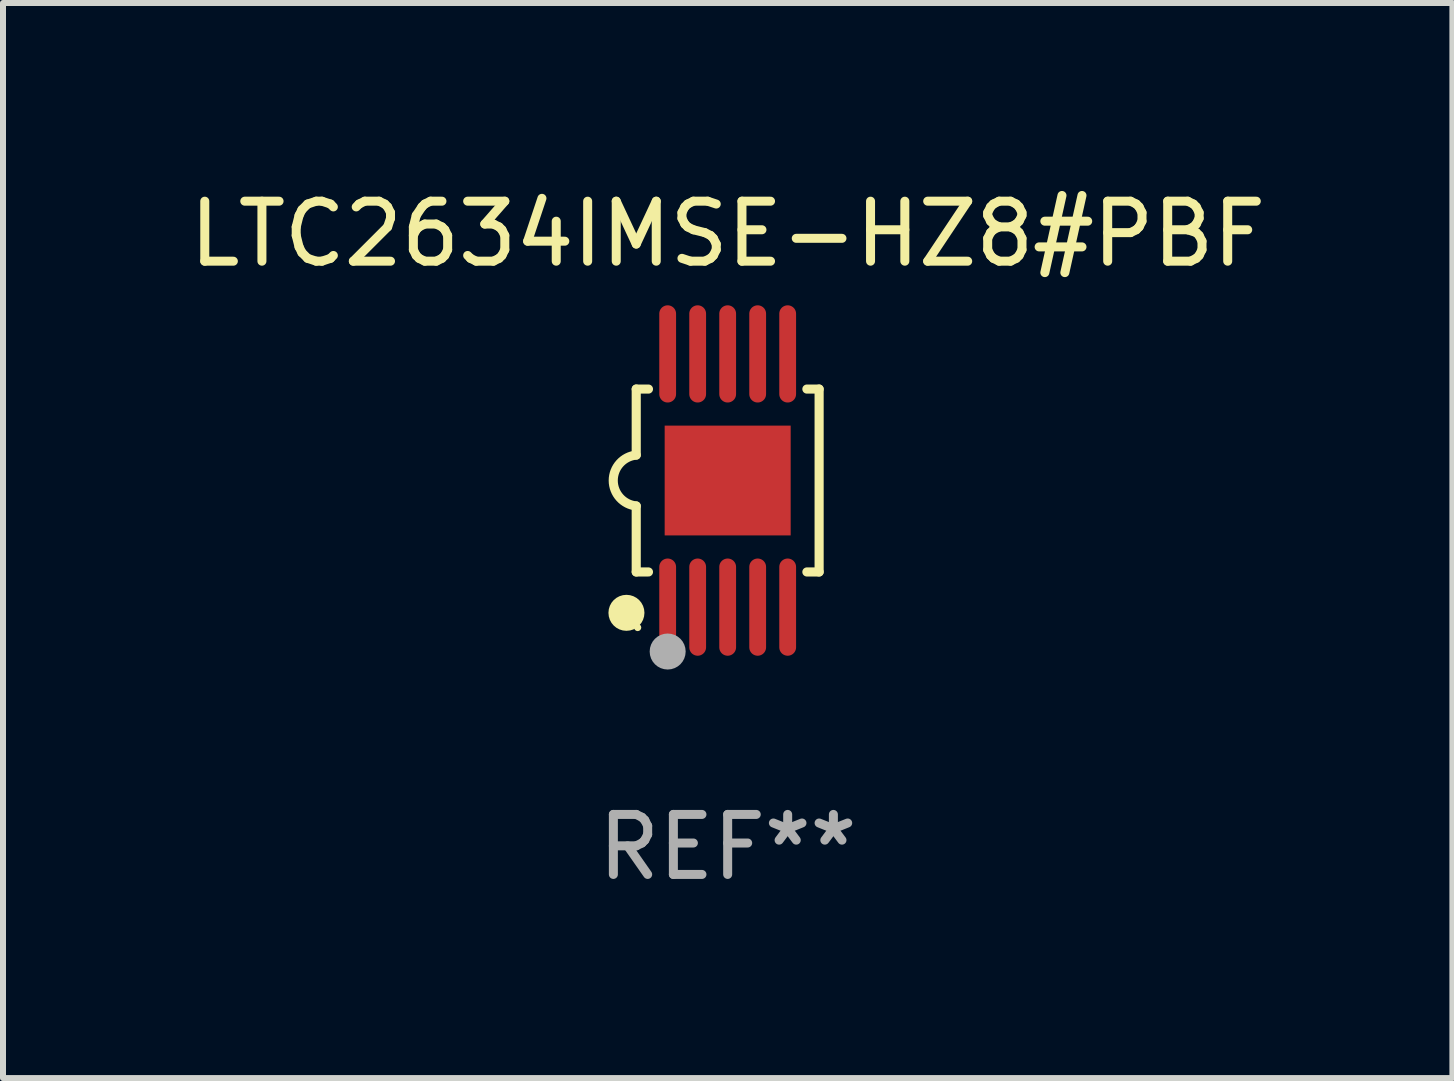
<source format=kicad_pcb>
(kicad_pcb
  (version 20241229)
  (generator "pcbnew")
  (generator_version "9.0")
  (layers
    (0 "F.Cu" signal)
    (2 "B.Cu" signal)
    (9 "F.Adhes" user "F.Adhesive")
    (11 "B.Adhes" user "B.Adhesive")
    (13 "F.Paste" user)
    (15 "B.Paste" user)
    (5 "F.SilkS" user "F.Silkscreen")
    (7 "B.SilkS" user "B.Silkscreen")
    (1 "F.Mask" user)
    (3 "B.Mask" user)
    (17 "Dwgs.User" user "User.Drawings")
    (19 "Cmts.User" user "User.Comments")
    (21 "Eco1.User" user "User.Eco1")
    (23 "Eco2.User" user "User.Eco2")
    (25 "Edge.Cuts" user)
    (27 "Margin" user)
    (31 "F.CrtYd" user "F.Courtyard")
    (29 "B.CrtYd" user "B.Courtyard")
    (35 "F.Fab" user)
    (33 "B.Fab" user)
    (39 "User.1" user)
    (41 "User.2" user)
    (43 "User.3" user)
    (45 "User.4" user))
  (footprint "LTC2634IMSE-HZ8#PBF"
    (layer "F.Cu")
    (at 9.077 4.958)
    (property "Reference" "LTC2634IMSE-HZ8#PBF" (at 0 -4.11 0) (layer "F.SilkS") (effects (font (size 1 1) (thickness 0.15))))
    (attr through_hole)
    (fp_line (start -1.524 -1.524) (end -1.524 -0.424) (stroke (width 0.152) (type solid)) (layer "F.SilkS"))
    (fp_line (start -1.524 1.524) (end -1.524 0.424) (stroke (width 0.152) (type solid)) (layer "F.SilkS"))
    (fp_line (start -1.524 1.524) (end -1.32 1.524) (stroke (width 0.152) (type solid)) (layer "F.SilkS"))
    (fp_line (start -1.32 -1.524) (end -1.524 -1.524) (stroke (width 0.152) (type solid)) (layer "F.SilkS"))
    (fp_line (start 1.32 1.524) (end 1.524 1.524) (stroke (width 0.152) (type solid)) (layer "F.SilkS"))
    (fp_line (start 1.524 -1.524) (end 1.32 -1.524) (stroke (width 0.152) (type solid)) (layer "F.SilkS"))
    (fp_line (start 1.524 1.524) (end 1.524 -1.524) (stroke (width 0.152) (type solid)) (layer "F.SilkS"))
    (fp_arc (start -1.524003 0.424003) (mid -1.906663 -0.000089) (end -1.524004 -0.424181) (stroke (width 0.151994) (type solid)) (layer "F.SilkS"))
    (fp_circle (center -1.687 2.205) (end -1.537 2.205) (stroke (width 0.3) (type solid)) (fill no) (layer "F.SilkS"))
    (fp_circle (center -1.5 2.45) (end -1.47 2.45) (stroke (width 0.06) (type solid)) (fill no) (layer "F.SilkS"))
    (fp_circle (center -1 2.85) (end -0.85 2.85) (stroke (width 0.3) (type solid)) (fill no) (layer "F.Fab"))
    (fp_text user "REF**" (at 0 6.11 0) (layer "F.Fab") (effects (font (size 1 1) (thickness 0.15))))
    (pad "1" smd oval (at -1 2.11) (size 0.28 1.62) (layers "F.Cu" "F.Mask" "F.Paste"))
    (pad "2" smd oval (at -0.5 2.11) (size 0.28 1.62) (layers "F.Cu" "F.Mask" "F.Paste"))
    (pad "3" smd oval (at 0 2.11) (size 0.28 1.62) (layers "F.Cu" "F.Mask" "F.Paste"))
    (pad "4" smd oval (at 0.5 2.11) (size 0.28 1.62) (layers "F.Cu" "F.Mask" "F.Paste"))
    (pad "5" smd oval (at 1 2.11) (size 0.28 1.62) (layers "F.Cu" "F.Mask" "F.Paste"))
    (pad "6" smd oval (at 1 -2.11) (size 0.28 1.62) (layers "F.Cu" "F.Mask" "F.Paste"))
    (pad "7" smd oval (at 0.5 -2.11) (size 0.28 1.62) (layers "F.Cu" "F.Mask" "F.Paste"))
    (pad "8" smd oval (at 0 -2.11) (size 0.28 1.62) (layers "F.Cu" "F.Mask" "F.Paste"))
    (pad "9" smd oval (at -0.5 -2.11) (size 0.28 1.62) (layers "F.Cu" "F.Mask" "F.Paste"))
    (pad "10" smd oval (at -1 -2.11) (size 0.28 1.62) (layers "F.Cu" "F.Mask" "F.Paste"))
    (pad "11" smd rect (at 0 0) (size 2.1 1.83) (layers "F.Cu" "F.Mask" "F.Paste")))
  (gr_rect
    (start -3 -3)
    (end 21.155 14.916)
    (stroke (width 0.1) (type default))
    (fill no)
    (layer "Edge.Cuts")))
</source>
